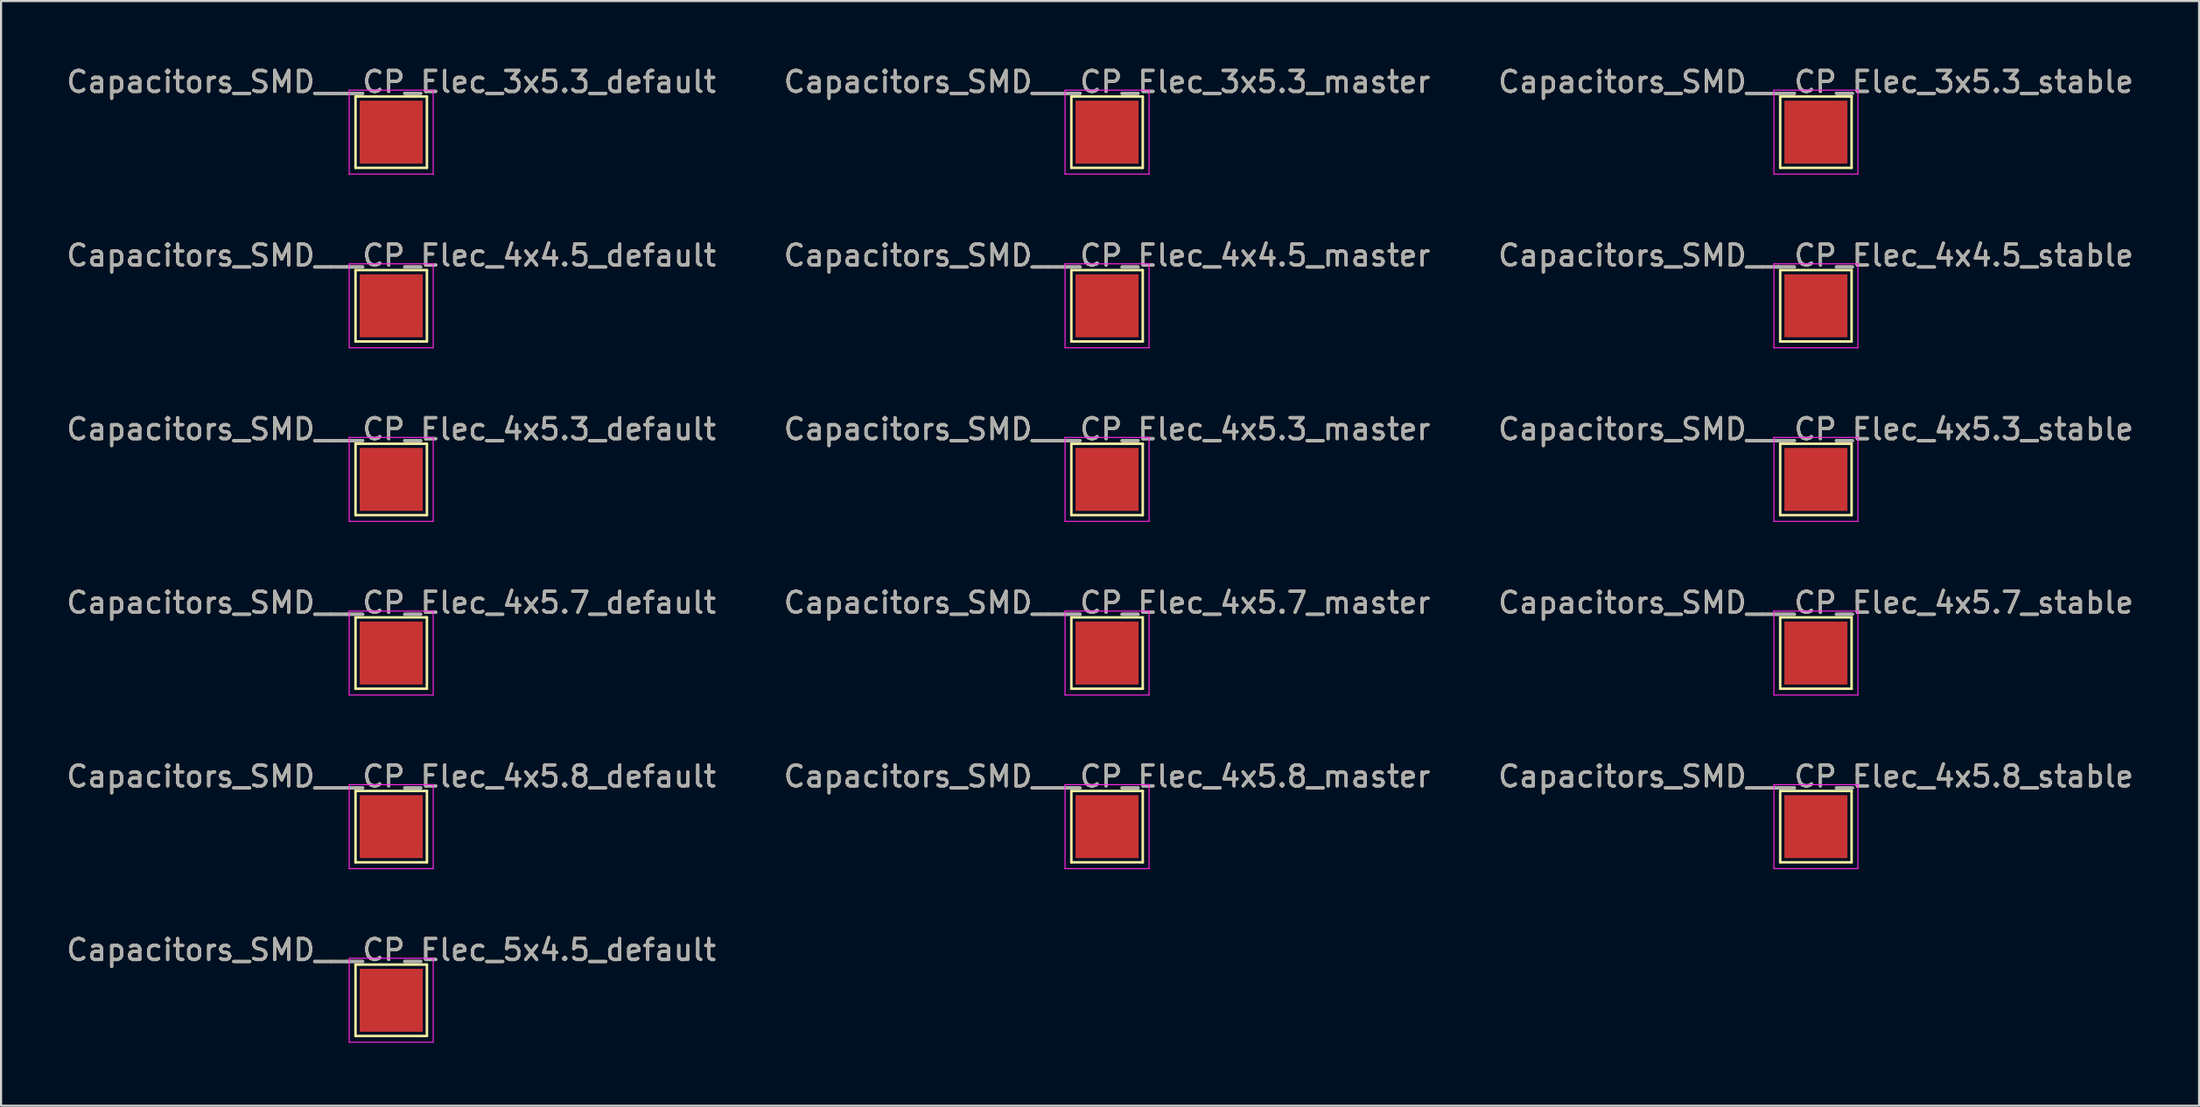
<source format=kicad_pcb>
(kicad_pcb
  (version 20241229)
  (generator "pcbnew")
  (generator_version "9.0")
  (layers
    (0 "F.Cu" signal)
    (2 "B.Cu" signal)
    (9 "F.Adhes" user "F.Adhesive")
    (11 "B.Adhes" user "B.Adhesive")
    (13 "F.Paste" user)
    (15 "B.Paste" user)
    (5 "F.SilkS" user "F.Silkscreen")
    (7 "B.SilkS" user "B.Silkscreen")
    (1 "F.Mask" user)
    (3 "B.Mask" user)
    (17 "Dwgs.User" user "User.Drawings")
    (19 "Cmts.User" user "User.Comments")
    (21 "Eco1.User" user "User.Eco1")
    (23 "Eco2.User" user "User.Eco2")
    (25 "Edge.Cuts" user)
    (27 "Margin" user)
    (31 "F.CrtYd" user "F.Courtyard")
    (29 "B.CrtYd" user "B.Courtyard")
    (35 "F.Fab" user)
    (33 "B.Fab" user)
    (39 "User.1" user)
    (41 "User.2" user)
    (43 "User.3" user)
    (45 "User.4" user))
  (footprint "Capacitors_SMD___CP_Elec_3x5.3_stable"
    (layer "F.Cu")
    (at 83.411 3.248)
    (property "Reference" "Capacitors_SMD___CP_Elec_3x5.3_stable" (at 0 -2.398 0) (layer "F.SilkS") (effects (font (size 1 1) (thickness 0.15))))
    (attr exclude_from_pos_files exclude_from_bom)
    (fp_line (start -1.7 -1.7) (end 1.7 -1.7) (stroke (width 0.12) (type solid)) (layer "F.SilkS"))
    (fp_line (start -1.7 1.7) (end -1.7 -1.7) (stroke (width 0.12) (type solid)) (layer "F.SilkS"))
    (fp_line (start 1.7 -1.7) (end 1.7 1.7) (stroke (width 0.12) (type solid)) (layer "F.SilkS"))
    (fp_line (start 1.7 1.7) (end -1.7 1.7) (stroke (width 0.12) (type solid)) (layer "F.SilkS"))
    (fp_line (start -2 -2) (end -2 2) (stroke (width 0.05) (type solid)) (layer "F.CrtYd"))
    (fp_line (start -2 -2) (end 2 -2) (stroke (width 0.05) (type solid)) (layer "F.CrtYd"))
    (fp_line (start 2 2) (end -2 2) (stroke (width 0.05) (type solid)) (layer "F.CrtYd"))
    (fp_line (start 2 2) (end 2 -2) (stroke (width 0.05) (type solid)) (layer "F.CrtYd"))
    (fp_text user "${REFERENCE}" (at 0 -2.4 0) (layer "F.Fab") (effects (font (size 1 1) (thickness 0.15))))
    (pad "1" smd rect (at 0 0) (size 3 3) (layers "F.Cu" "F.Mask")))
  (footprint "Capacitors_SMD___CP_Elec_4x5.8_default"
    (layer "F.Cu")
    (at 15.577 36.341)
    (property "Reference" "Capacitors_SMD___CP_Elec_4x5.8_default" (at 0 -2.398 0) (layer "F.SilkS") (effects (font (size 1 1) (thickness 0.15))))
    (attr exclude_from_pos_files exclude_from_bom)
    (fp_line (start -1.7 -1.7) (end 1.7 -1.7) (stroke (width 0.12) (type solid)) (layer "F.SilkS"))
    (fp_line (start -1.7 1.7) (end -1.7 -1.7) (stroke (width 0.12) (type solid)) (layer "F.SilkS"))
    (fp_line (start 1.7 -1.7) (end 1.7 1.7) (stroke (width 0.12) (type solid)) (layer "F.SilkS"))
    (fp_line (start 1.7 1.7) (end -1.7 1.7) (stroke (width 0.12) (type solid)) (layer "F.SilkS"))
    (fp_line (start -2 -2) (end -2 2) (stroke (width 0.05) (type solid)) (layer "F.CrtYd"))
    (fp_line (start -2 -2) (end 2 -2) (stroke (width 0.05) (type solid)) (layer "F.CrtYd"))
    (fp_line (start 2 2) (end -2 2) (stroke (width 0.05) (type solid)) (layer "F.CrtYd"))
    (fp_line (start 2 2) (end 2 -2) (stroke (width 0.05) (type solid)) (layer "F.CrtYd"))
    (fp_text user "${REFERENCE}" (at 0 -2.4 0) (layer "F.Fab") (effects (font (size 1 1) (thickness 0.15))))
    (pad "1" smd rect (at 0 0) (size 3 3) (layers "F.Cu" "F.Mask")))
  (footprint "Capacitors_SMD___CP_Elec_4x5.3_master"
    (layer "F.Cu")
    (at 49.661 19.795)
    (property "Reference" "Capacitors_SMD___CP_Elec_4x5.3_master" (at 0 -2.398 0) (layer "F.SilkS") (effects (font (size 1 1) (thickness 0.15))))
    (attr exclude_from_pos_files exclude_from_bom)
    (fp_line (start -1.7 -1.7) (end 1.7 -1.7) (stroke (width 0.12) (type solid)) (layer "F.SilkS"))
    (fp_line (start -1.7 1.7) (end -1.7 -1.7) (stroke (width 0.12) (type solid)) (layer "F.SilkS"))
    (fp_line (start 1.7 -1.7) (end 1.7 1.7) (stroke (width 0.12) (type solid)) (layer "F.SilkS"))
    (fp_line (start 1.7 1.7) (end -1.7 1.7) (stroke (width 0.12) (type solid)) (layer "F.SilkS"))
    (fp_line (start -2 -2) (end -2 2) (stroke (width 0.05) (type solid)) (layer "F.CrtYd"))
    (fp_line (start -2 -2) (end 2 -2) (stroke (width 0.05) (type solid)) (layer "F.CrtYd"))
    (fp_line (start 2 2) (end -2 2) (stroke (width 0.05) (type solid)) (layer "F.CrtYd"))
    (fp_line (start 2 2) (end 2 -2) (stroke (width 0.05) (type solid)) (layer "F.CrtYd"))
    (fp_text user "${REFERENCE}" (at 0 -2.4 0) (layer "F.Fab") (effects (font (size 1 1) (thickness 0.15))))
    (pad "1" smd rect (at 0 0) (size 3 3) (layers "F.Cu" "F.Mask")))
  (footprint "Capacitors_SMD___CP_Elec_4x5.7_master"
    (layer "F.Cu")
    (at 49.661 28.068)
    (property "Reference" "Capacitors_SMD___CP_Elec_4x5.7_master" (at 0 -2.398 0) (layer "F.SilkS") (effects (font (size 1 1) (thickness 0.15))))
    (attr exclude_from_pos_files exclude_from_bom)
    (fp_line (start -1.7 -1.7) (end 1.7 -1.7) (stroke (width 0.12) (type solid)) (layer "F.SilkS"))
    (fp_line (start -1.7 1.7) (end -1.7 -1.7) (stroke (width 0.12) (type solid)) (layer "F.SilkS"))
    (fp_line (start 1.7 -1.7) (end 1.7 1.7) (stroke (width 0.12) (type solid)) (layer "F.SilkS"))
    (fp_line (start 1.7 1.7) (end -1.7 1.7) (stroke (width 0.12) (type solid)) (layer "F.SilkS"))
    (fp_line (start -2 -2) (end -2 2) (stroke (width 0.05) (type solid)) (layer "F.CrtYd"))
    (fp_line (start -2 -2) (end 2 -2) (stroke (width 0.05) (type solid)) (layer "F.CrtYd"))
    (fp_line (start 2 2) (end -2 2) (stroke (width 0.05) (type solid)) (layer "F.CrtYd"))
    (fp_line (start 2 2) (end 2 -2) (stroke (width 0.05) (type solid)) (layer "F.CrtYd"))
    (fp_text user "${REFERENCE}" (at 0 -2.4 0) (layer "F.Fab") (effects (font (size 1 1) (thickness 0.15))))
    (pad "1" smd rect (at 0 0) (size 3 3) (layers "F.Cu" "F.Mask")))
  (footprint "Capacitors_SMD___CP_Elec_3x5.3_master"
    (layer "F.Cu")
    (at 49.661 3.248)
    (property "Reference" "Capacitors_SMD___CP_Elec_3x5.3_master" (at 0 -2.398 0) (layer "F.SilkS") (effects (font (size 1 1) (thickness 0.15))))
    (attr exclude_from_pos_files exclude_from_bom)
    (fp_line (start -1.7 -1.7) (end 1.7 -1.7) (stroke (width 0.12) (type solid)) (layer "F.SilkS"))
    (fp_line (start -1.7 1.7) (end -1.7 -1.7) (stroke (width 0.12) (type solid)) (layer "F.SilkS"))
    (fp_line (start 1.7 -1.7) (end 1.7 1.7) (stroke (width 0.12) (type solid)) (layer "F.SilkS"))
    (fp_line (start 1.7 1.7) (end -1.7 1.7) (stroke (width 0.12) (type solid)) (layer "F.SilkS"))
    (fp_line (start -2 -2) (end -2 2) (stroke (width 0.05) (type solid)) (layer "F.CrtYd"))
    (fp_line (start -2 -2) (end 2 -2) (stroke (width 0.05) (type solid)) (layer "F.CrtYd"))
    (fp_line (start 2 2) (end -2 2) (stroke (width 0.05) (type solid)) (layer "F.CrtYd"))
    (fp_line (start 2 2) (end 2 -2) (stroke (width 0.05) (type solid)) (layer "F.CrtYd"))
    (fp_text user "${REFERENCE}" (at 0 -2.4 0) (layer "F.Fab") (effects (font (size 1 1) (thickness 0.15))))
    (pad "1" smd rect (at 0 0) (size 3 3) (layers "F.Cu" "F.Mask")))
  (footprint "Capacitors_SMD___CP_Elec_4x5.8_master"
    (layer "F.Cu")
    (at 49.661 36.341)
    (property "Reference" "Capacitors_SMD___CP_Elec_4x5.8_master" (at 0 -2.398 0) (layer "F.SilkS") (effects (font (size 1 1) (thickness 0.15))))
    (attr exclude_from_pos_files exclude_from_bom)
    (fp_line (start -1.7 -1.7) (end 1.7 -1.7) (stroke (width 0.12) (type solid)) (layer "F.SilkS"))
    (fp_line (start -1.7 1.7) (end -1.7 -1.7) (stroke (width 0.12) (type solid)) (layer "F.SilkS"))
    (fp_line (start 1.7 -1.7) (end 1.7 1.7) (stroke (width 0.12) (type solid)) (layer "F.SilkS"))
    (fp_line (start 1.7 1.7) (end -1.7 1.7) (stroke (width 0.12) (type solid)) (layer "F.SilkS"))
    (fp_line (start -2 -2) (end -2 2) (stroke (width 0.05) (type solid)) (layer "F.CrtYd"))
    (fp_line (start -2 -2) (end 2 -2) (stroke (width 0.05) (type solid)) (layer "F.CrtYd"))
    (fp_line (start 2 2) (end -2 2) (stroke (width 0.05) (type solid)) (layer "F.CrtYd"))
    (fp_line (start 2 2) (end 2 -2) (stroke (width 0.05) (type solid)) (layer "F.CrtYd"))
    (fp_text user "${REFERENCE}" (at 0 -2.4 0) (layer "F.Fab") (effects (font (size 1 1) (thickness 0.15))))
    (pad "1" smd rect (at 0 0) (size 3 3) (layers "F.Cu" "F.Mask")))
  (footprint "Capacitors_SMD___CP_Elec_4x5.3_default"
    (layer "F.Cu")
    (at 15.577 19.795)
    (property "Reference" "Capacitors_SMD___CP_Elec_4x5.3_default" (at 0 -2.398 0) (layer "F.SilkS") (effects (font (size 1 1) (thickness 0.15))))
    (attr exclude_from_pos_files exclude_from_bom)
    (fp_line (start -1.7 -1.7) (end 1.7 -1.7) (stroke (width 0.12) (type solid)) (layer "F.SilkS"))
    (fp_line (start -1.7 1.7) (end -1.7 -1.7) (stroke (width 0.12) (type solid)) (layer "F.SilkS"))
    (fp_line (start 1.7 -1.7) (end 1.7 1.7) (stroke (width 0.12) (type solid)) (layer "F.SilkS"))
    (fp_line (start 1.7 1.7) (end -1.7 1.7) (stroke (width 0.12) (type solid)) (layer "F.SilkS"))
    (fp_line (start -2 -2) (end -2 2) (stroke (width 0.05) (type solid)) (layer "F.CrtYd"))
    (fp_line (start -2 -2) (end 2 -2) (stroke (width 0.05) (type solid)) (layer "F.CrtYd"))
    (fp_line (start 2 2) (end -2 2) (stroke (width 0.05) (type solid)) (layer "F.CrtYd"))
    (fp_line (start 2 2) (end 2 -2) (stroke (width 0.05) (type solid)) (layer "F.CrtYd"))
    (fp_text user "${REFERENCE}" (at 0 -2.4 0) (layer "F.Fab") (effects (font (size 1 1) (thickness 0.15))))
    (pad "1" smd rect (at 0 0) (size 3 3) (layers "F.Cu" "F.Mask")))
  (footprint "Capacitors_SMD___CP_Elec_3x5.3_default"
    (layer "F.Cu")
    (at 15.577 3.248)
    (property "Reference" "Capacitors_SMD___CP_Elec_3x5.3_default" (at 0 -2.398 0) (layer "F.SilkS") (effects (font (size 1 1) (thickness 0.15))))
    (attr exclude_from_pos_files exclude_from_bom)
    (fp_line (start -1.7 -1.7) (end 1.7 -1.7) (stroke (width 0.12) (type solid)) (layer "F.SilkS"))
    (fp_line (start -1.7 1.7) (end -1.7 -1.7) (stroke (width 0.12) (type solid)) (layer "F.SilkS"))
    (fp_line (start 1.7 -1.7) (end 1.7 1.7) (stroke (width 0.12) (type solid)) (layer "F.SilkS"))
    (fp_line (start 1.7 1.7) (end -1.7 1.7) (stroke (width 0.12) (type solid)) (layer "F.SilkS"))
    (fp_line (start -2 -2) (end -2 2) (stroke (width 0.05) (type solid)) (layer "F.CrtYd"))
    (fp_line (start -2 -2) (end 2 -2) (stroke (width 0.05) (type solid)) (layer "F.CrtYd"))
    (fp_line (start 2 2) (end -2 2) (stroke (width 0.05) (type solid)) (layer "F.CrtYd"))
    (fp_line (start 2 2) (end 2 -2) (stroke (width 0.05) (type solid)) (layer "F.CrtYd"))
    (fp_text user "${REFERENCE}" (at 0 -2.4 0) (layer "F.Fab") (effects (font (size 1 1) (thickness 0.15))))
    (pad "1" smd rect (at 0 0) (size 3 3) (layers "F.Cu" "F.Mask")))
  (footprint "Capacitors_SMD___CP_Elec_4x4.5_stable"
    (layer "F.Cu")
    (at 83.411 11.521)
    (property "Reference" "Capacitors_SMD___CP_Elec_4x4.5_stable" (at 0 -2.398 0) (layer "F.SilkS") (effects (font (size 1 1) (thickness 0.15))))
    (attr exclude_from_pos_files exclude_from_bom)
    (fp_line (start -1.7 -1.7) (end 1.7 -1.7) (stroke (width 0.12) (type solid)) (layer "F.SilkS"))
    (fp_line (start -1.7 1.7) (end -1.7 -1.7) (stroke (width 0.12) (type solid)) (layer "F.SilkS"))
    (fp_line (start 1.7 -1.7) (end 1.7 1.7) (stroke (width 0.12) (type solid)) (layer "F.SilkS"))
    (fp_line (start 1.7 1.7) (end -1.7 1.7) (stroke (width 0.12) (type solid)) (layer "F.SilkS"))
    (fp_line (start -2 -2) (end -2 2) (stroke (width 0.05) (type solid)) (layer "F.CrtYd"))
    (fp_line (start -2 -2) (end 2 -2) (stroke (width 0.05) (type solid)) (layer "F.CrtYd"))
    (fp_line (start 2 2) (end -2 2) (stroke (width 0.05) (type solid)) (layer "F.CrtYd"))
    (fp_line (start 2 2) (end 2 -2) (stroke (width 0.05) (type solid)) (layer "F.CrtYd"))
    (fp_text user "${REFERENCE}" (at 0 -2.4 0) (layer "F.Fab") (effects (font (size 1 1) (thickness 0.15))))
    (pad "1" smd rect (at 0 0) (size 3 3) (layers "F.Cu" "F.Mask")))
  (footprint "Capacitors_SMD___CP_Elec_4x5.3_stable"
    (layer "F.Cu")
    (at 83.411 19.795)
    (property "Reference" "Capacitors_SMD___CP_Elec_4x5.3_stable" (at 0 -2.398 0) (layer "F.SilkS") (effects (font (size 1 1) (thickness 0.15))))
    (attr exclude_from_pos_files exclude_from_bom)
    (fp_line (start -1.7 -1.7) (end 1.7 -1.7) (stroke (width 0.12) (type solid)) (layer "F.SilkS"))
    (fp_line (start -1.7 1.7) (end -1.7 -1.7) (stroke (width 0.12) (type solid)) (layer "F.SilkS"))
    (fp_line (start 1.7 -1.7) (end 1.7 1.7) (stroke (width 0.12) (type solid)) (layer "F.SilkS"))
    (fp_line (start 1.7 1.7) (end -1.7 1.7) (stroke (width 0.12) (type solid)) (layer "F.SilkS"))
    (fp_line (start -2 -2) (end -2 2) (stroke (width 0.05) (type solid)) (layer "F.CrtYd"))
    (fp_line (start -2 -2) (end 2 -2) (stroke (width 0.05) (type solid)) (layer "F.CrtYd"))
    (fp_line (start 2 2) (end -2 2) (stroke (width 0.05) (type solid)) (layer "F.CrtYd"))
    (fp_line (start 2 2) (end 2 -2) (stroke (width 0.05) (type solid)) (layer "F.CrtYd"))
    (fp_text user "${REFERENCE}" (at 0 -2.4 0) (layer "F.Fab") (effects (font (size 1 1) (thickness 0.15))))
    (pad "1" smd rect (at 0 0) (size 3 3) (layers "F.Cu" "F.Mask")))
  (footprint "Capacitors_SMD___CP_Elec_4x5.8_stable"
    (layer "F.Cu")
    (at 83.411 36.341)
    (property "Reference" "Capacitors_SMD___CP_Elec_4x5.8_stable" (at 0 -2.398 0) (layer "F.SilkS") (effects (font (size 1 1) (thickness 0.15))))
    (attr exclude_from_pos_files exclude_from_bom)
    (fp_line (start -1.7 -1.7) (end 1.7 -1.7) (stroke (width 0.12) (type solid)) (layer "F.SilkS"))
    (fp_line (start -1.7 1.7) (end -1.7 -1.7) (stroke (width 0.12) (type solid)) (layer "F.SilkS"))
    (fp_line (start 1.7 -1.7) (end 1.7 1.7) (stroke (width 0.12) (type solid)) (layer "F.SilkS"))
    (fp_line (start 1.7 1.7) (end -1.7 1.7) (stroke (width 0.12) (type solid)) (layer "F.SilkS"))
    (fp_line (start -2 -2) (end -2 2) (stroke (width 0.05) (type solid)) (layer "F.CrtYd"))
    (fp_line (start -2 -2) (end 2 -2) (stroke (width 0.05) (type solid)) (layer "F.CrtYd"))
    (fp_line (start 2 2) (end -2 2) (stroke (width 0.05) (type solid)) (layer "F.CrtYd"))
    (fp_line (start 2 2) (end 2 -2) (stroke (width 0.05) (type solid)) (layer "F.CrtYd"))
    (fp_text user "${REFERENCE}" (at 0 -2.4 0) (layer "F.Fab") (effects (font (size 1 1) (thickness 0.15))))
    (pad "1" smd rect (at 0 0) (size 3 3) (layers "F.Cu" "F.Mask")))
  (footprint "Capacitors_SMD___CP_Elec_4x4.5_default"
    (layer "F.Cu")
    (at 15.577 11.521)
    (property "Reference" "Capacitors_SMD___CP_Elec_4x4.5_default" (at 0 -2.398 0) (layer "F.SilkS") (effects (font (size 1 1) (thickness 0.15))))
    (attr exclude_from_pos_files exclude_from_bom)
    (fp_line (start -1.7 -1.7) (end 1.7 -1.7) (stroke (width 0.12) (type solid)) (layer "F.SilkS"))
    (fp_line (start -1.7 1.7) (end -1.7 -1.7) (stroke (width 0.12) (type solid)) (layer "F.SilkS"))
    (fp_line (start 1.7 -1.7) (end 1.7 1.7) (stroke (width 0.12) (type solid)) (layer "F.SilkS"))
    (fp_line (start 1.7 1.7) (end -1.7 1.7) (stroke (width 0.12) (type solid)) (layer "F.SilkS"))
    (fp_line (start -2 -2) (end -2 2) (stroke (width 0.05) (type solid)) (layer "F.CrtYd"))
    (fp_line (start -2 -2) (end 2 -2) (stroke (width 0.05) (type solid)) (layer "F.CrtYd"))
    (fp_line (start 2 2) (end -2 2) (stroke (width 0.05) (type solid)) (layer "F.CrtYd"))
    (fp_line (start 2 2) (end 2 -2) (stroke (width 0.05) (type solid)) (layer "F.CrtYd"))
    (fp_text user "${REFERENCE}" (at 0 -2.4 0) (layer "F.Fab") (effects (font (size 1 1) (thickness 0.15))))
    (pad "1" smd rect (at 0 0) (size 3 3) (layers "F.Cu" "F.Mask")))
  (footprint "Capacitors_SMD___CP_Elec_5x4.5_default"
    (layer "F.Cu")
    (at 15.577 44.614)
    (property "Reference" "Capacitors_SMD___CP_Elec_5x4.5_default" (at 0 -2.398 0) (layer "F.SilkS") (effects (font (size 1 1) (thickness 0.15))))
    (attr exclude_from_pos_files exclude_from_bom)
    (fp_line (start -1.7 -1.7) (end 1.7 -1.7) (stroke (width 0.12) (type solid)) (layer "F.SilkS"))
    (fp_line (start -1.7 1.7) (end -1.7 -1.7) (stroke (width 0.12) (type solid)) (layer "F.SilkS"))
    (fp_line (start 1.7 -1.7) (end 1.7 1.7) (stroke (width 0.12) (type solid)) (layer "F.SilkS"))
    (fp_line (start 1.7 1.7) (end -1.7 1.7) (stroke (width 0.12) (type solid)) (layer "F.SilkS"))
    (fp_line (start -2 -2) (end -2 2) (stroke (width 0.05) (type solid)) (layer "F.CrtYd"))
    (fp_line (start -2 -2) (end 2 -2) (stroke (width 0.05) (type solid)) (layer "F.CrtYd"))
    (fp_line (start 2 2) (end -2 2) (stroke (width 0.05) (type solid)) (layer "F.CrtYd"))
    (fp_line (start 2 2) (end 2 -2) (stroke (width 0.05) (type solid)) (layer "F.CrtYd"))
    (fp_text user "${REFERENCE}" (at 0 -2.4 0) (layer "F.Fab") (effects (font (size 1 1) (thickness 0.15))))
    (pad "1" smd rect (at 0 0) (size 3 3) (layers "F.Cu" "F.Mask")))
  (footprint "Capacitors_SMD___CP_Elec_4x5.7_default"
    (layer "F.Cu")
    (at 15.577 28.068)
    (property "Reference" "Capacitors_SMD___CP_Elec_4x5.7_default" (at 0 -2.398 0) (layer "F.SilkS") (effects (font (size 1 1) (thickness 0.15))))
    (attr exclude_from_pos_files exclude_from_bom)
    (fp_line (start -1.7 -1.7) (end 1.7 -1.7) (stroke (width 0.12) (type solid)) (layer "F.SilkS"))
    (fp_line (start -1.7 1.7) (end -1.7 -1.7) (stroke (width 0.12) (type solid)) (layer "F.SilkS"))
    (fp_line (start 1.7 -1.7) (end 1.7 1.7) (stroke (width 0.12) (type solid)) (layer "F.SilkS"))
    (fp_line (start 1.7 1.7) (end -1.7 1.7) (stroke (width 0.12) (type solid)) (layer "F.SilkS"))
    (fp_line (start -2 -2) (end -2 2) (stroke (width 0.05) (type solid)) (layer "F.CrtYd"))
    (fp_line (start -2 -2) (end 2 -2) (stroke (width 0.05) (type solid)) (layer "F.CrtYd"))
    (fp_line (start 2 2) (end -2 2) (stroke (width 0.05) (type solid)) (layer "F.CrtYd"))
    (fp_line (start 2 2) (end 2 -2) (stroke (width 0.05) (type solid)) (layer "F.CrtYd"))
    (fp_text user "${REFERENCE}" (at 0 -2.4 0) (layer "F.Fab") (effects (font (size 1 1) (thickness 0.15))))
    (pad "1" smd rect (at 0 0) (size 3 3) (layers "F.Cu" "F.Mask")))
  (footprint "Capacitors_SMD___CP_Elec_4x5.7_stable"
    (layer "F.Cu")
    (at 83.411 28.068)
    (property "Reference" "Capacitors_SMD___CP_Elec_4x5.7_stable" (at 0 -2.398 0) (layer "F.SilkS") (effects (font (size 1 1) (thickness 0.15))))
    (attr exclude_from_pos_files exclude_from_bom)
    (fp_line (start -1.7 -1.7) (end 1.7 -1.7) (stroke (width 0.12) (type solid)) (layer "F.SilkS"))
    (fp_line (start -1.7 1.7) (end -1.7 -1.7) (stroke (width 0.12) (type solid)) (layer "F.SilkS"))
    (fp_line (start 1.7 -1.7) (end 1.7 1.7) (stroke (width 0.12) (type solid)) (layer "F.SilkS"))
    (fp_line (start 1.7 1.7) (end -1.7 1.7) (stroke (width 0.12) (type solid)) (layer "F.SilkS"))
    (fp_line (start -2 -2) (end -2 2) (stroke (width 0.05) (type solid)) (layer "F.CrtYd"))
    (fp_line (start -2 -2) (end 2 -2) (stroke (width 0.05) (type solid)) (layer "F.CrtYd"))
    (fp_line (start 2 2) (end -2 2) (stroke (width 0.05) (type solid)) (layer "F.CrtYd"))
    (fp_line (start 2 2) (end 2 -2) (stroke (width 0.05) (type solid)) (layer "F.CrtYd"))
    (fp_text user "${REFERENCE}" (at 0 -2.4 0) (layer "F.Fab") (effects (font (size 1 1) (thickness 0.15))))
    (pad "1" smd rect (at 0 0) (size 3 3) (layers "F.Cu" "F.Mask")))
  (footprint "Capacitors_SMD___CP_Elec_4x4.5_master"
    (layer "F.Cu")
    (at 49.661 11.521)
    (property "Reference" "Capacitors_SMD___CP_Elec_4x4.5_master" (at 0 -2.398 0) (layer "F.SilkS") (effects (font (size 1 1) (thickness 0.15))))
    (attr exclude_from_pos_files exclude_from_bom)
    (fp_line (start -1.7 -1.7) (end 1.7 -1.7) (stroke (width 0.12) (type solid)) (layer "F.SilkS"))
    (fp_line (start -1.7 1.7) (end -1.7 -1.7) (stroke (width 0.12) (type solid)) (layer "F.SilkS"))
    (fp_line (start 1.7 -1.7) (end 1.7 1.7) (stroke (width 0.12) (type solid)) (layer "F.SilkS"))
    (fp_line (start 1.7 1.7) (end -1.7 1.7) (stroke (width 0.12) (type solid)) (layer "F.SilkS"))
    (fp_line (start -2 -2) (end -2 2) (stroke (width 0.05) (type solid)) (layer "F.CrtYd"))
    (fp_line (start -2 -2) (end 2 -2) (stroke (width 0.05) (type solid)) (layer "F.CrtYd"))
    (fp_line (start 2 2) (end -2 2) (stroke (width 0.05) (type solid)) (layer "F.CrtYd"))
    (fp_line (start 2 2) (end 2 -2) (stroke (width 0.05) (type solid)) (layer "F.CrtYd"))
    (fp_text user "${REFERENCE}" (at 0 -2.4 0) (layer "F.Fab") (effects (font (size 1 1) (thickness 0.15))))
    (pad "1" smd rect (at 0 0) (size 3 3) (layers "F.Cu" "F.Mask")))
  (gr_rect
    (start -3 -3)
    (end 101.655 49.639)
    (stroke (width 0.1) (type default))
    (fill no)
    (layer "Edge.Cuts")))
</source>
